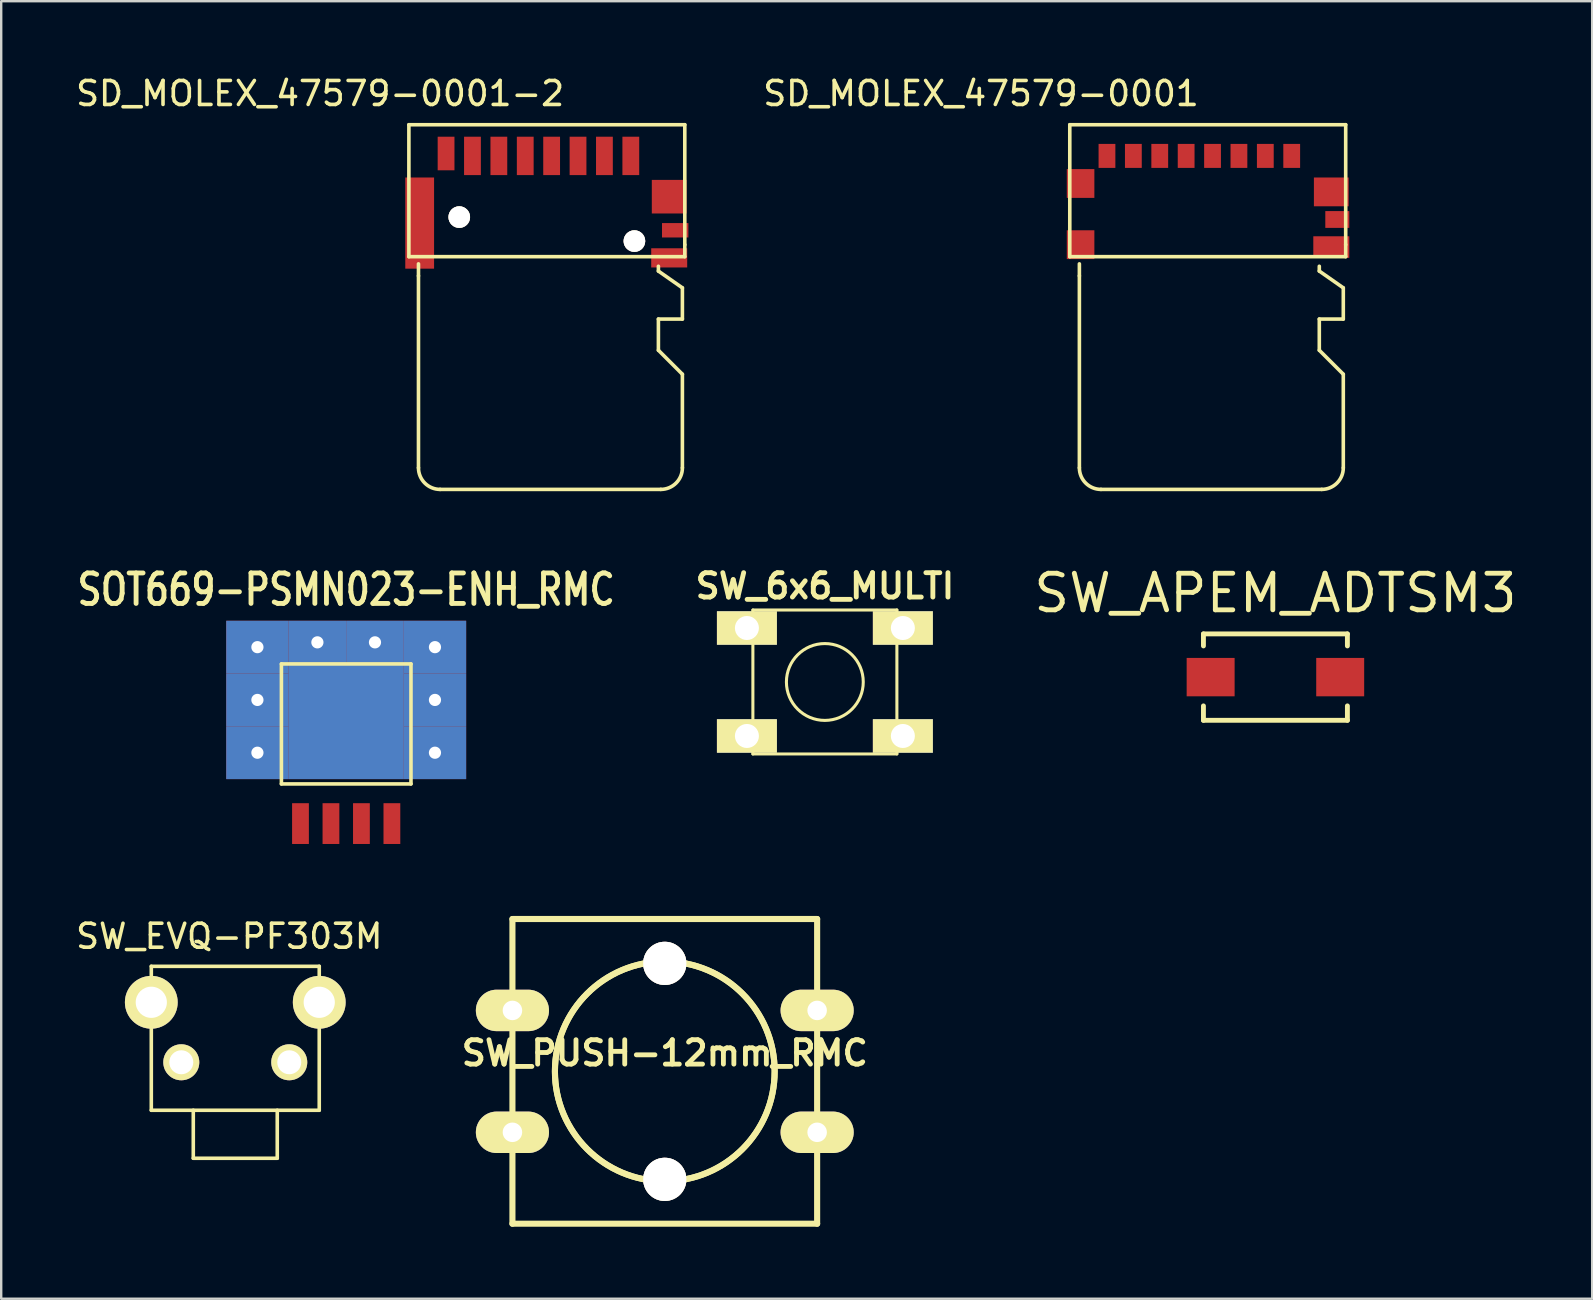
<source format=kicad_pcb>
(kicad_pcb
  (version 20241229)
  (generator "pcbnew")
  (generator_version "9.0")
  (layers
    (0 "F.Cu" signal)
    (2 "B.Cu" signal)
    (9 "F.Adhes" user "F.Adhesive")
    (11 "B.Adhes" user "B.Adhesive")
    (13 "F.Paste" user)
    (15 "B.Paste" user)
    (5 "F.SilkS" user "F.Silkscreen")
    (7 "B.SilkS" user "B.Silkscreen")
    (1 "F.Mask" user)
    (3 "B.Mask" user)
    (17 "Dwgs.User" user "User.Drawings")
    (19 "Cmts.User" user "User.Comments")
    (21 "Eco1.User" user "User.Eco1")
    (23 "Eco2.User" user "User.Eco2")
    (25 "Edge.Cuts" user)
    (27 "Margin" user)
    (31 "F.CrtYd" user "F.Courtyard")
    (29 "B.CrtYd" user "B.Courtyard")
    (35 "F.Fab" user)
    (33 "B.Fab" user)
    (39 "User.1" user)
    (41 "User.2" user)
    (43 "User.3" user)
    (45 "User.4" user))
  (footprint "SW_EVQ-PF303M"
    (layer "F.Cu")
    (at 6.756 41.225)
    (property "Reference" "SW_EVQ-PF303M" (at -0.25 -5.25 0) (layer "F.SilkS") (effects (font (size 1 1) (thickness 0.15))))
    (attr through_hole)
    (fp_line (start -3.5 -4) (end 3.5 -4) (stroke (width 0.15) (type solid)) (layer "F.SilkS"))
    (fp_line (start -3.5 2) (end -3.5 -4) (stroke (width 0.15) (type solid)) (layer "F.SilkS"))
    (fp_line (start -1.75 2) (end -1.75 4) (stroke (width 0.15) (type solid)) (layer "F.SilkS"))
    (fp_line (start -1.75 4) (end 1.75 4) (stroke (width 0.15) (type solid)) (layer "F.SilkS"))
    (fp_line (start 1.75 4) (end 1.75 2) (stroke (width 0.15) (type solid)) (layer "F.SilkS"))
    (fp_line (start 3.5 -4) (end 3.5 2) (stroke (width 0.15) (type solid)) (layer "F.SilkS"))
    (fp_line (start 3.5 2) (end -3.5 2) (stroke (width 0.15) (type solid)) (layer "F.SilkS"))
    (pad "" thru_hole circle (at -3.5 -2.5) (size 2.2 2.2) (drill 1.3) (layers "*.Cu" "*.Mask" "F.SilkS"))
    (pad "" thru_hole circle (at 3.5 -2.5) (size 2.2 2.2) (drill 1.3) (layers "*.Cu" "*.Mask" "F.SilkS"))
    (pad "1" thru_hole circle (at -2.25 0) (size 1.5 1.5) (drill 1) (layers "*.Cu" "*.Mask" "F.SilkS"))
    (pad "2" thru_hole circle (at 2.25 0) (size 1.5 1.5) (drill 1) (layers "*.Cu" "*.Mask" "F.SilkS")))
  (footprint "SOT669-PSMN023-ENH_RMC"
    (layer "F.Cu")
    (at 11.379 31.023)
    (property "Reference" "SOT669-PSMN023-ENH_RMC" (at 0 -9.5 0) (layer "F.SilkS") (effects (font (size 1.27 1.016) (thickness 0.203))))
    (attr smd)
    (fp_line (start -2.7 -6.4) (end -2.7 -1.4) (stroke (width 0.15) (type solid)) (layer "F.SilkS"))
    (fp_line (start -2.7 -1.4) (end 2.7 -1.4) (stroke (width 0.15) (type solid)) (layer "F.SilkS"))
    (fp_line (start 2.7 -6.4) (end -2.7 -6.4) (stroke (width 0.15) (type solid)) (layer "F.SilkS"))
    (fp_line (start 2.7 -1.4) (end 2.7 -6.4) (stroke (width 0.15) (type solid)) (layer "F.SilkS"))
    (pad "1" smd rect (at -1.905 0.254) (size 0.7 1.7) (layers "F.Cu" "F.Mask" "F.Paste"))
    (pad "1" smd rect (at -0.635 0.254) (size 0.7 1.7) (layers "F.Cu" "F.Mask" "F.Paste"))
    (pad "1" smd rect (at 0.635 0.254) (size 0.7 1.7) (layers "F.Cu" "F.Mask" "F.Paste"))
    (pad "4" smd rect (at 1.905 0.254) (size 0.7 1.7) (layers "F.Cu" "F.Mask" "F.Paste"))
    (pad "5" thru_hole rect (at -3.7 -7.1) (size 2.6 2.2) (drill 0.508) (layers "*.Cu"))
    (pad "5" thru_hole rect (at -3.7 -4.9) (size 2.6 2.2) (drill 0.508) (layers "*.Cu"))
    (pad "5" thru_hole rect (at -3.7 -2.7) (size 2.6 2.2) (drill 0.508) (layers "*.Cu"))
    (pad "5" smd rect (at -1.65 -5.45) (size 0.6 0.9) (layers "F.Cu" "F.Mask" "F.Paste"))
    (pad "5" thru_hole rect (at -1.2 -7.3) (size 2.4 1.8) (drill 0.508) (layers "*.Cu"))
    (pad "5" smd rect (at -1.15 -3.85) (size 0.9 0.6) (layers "F.Cu" "F.Mask" "F.Paste"))
    (pad "5" smd rect (at -1.15 -3) (size 0.9 0.6) (layers "F.Cu" "F.Mask" "F.Paste"))
    (pad "5" smd rect (at -1.15 -2.15) (size 0.9 0.6) (layers "F.Cu" "F.Mask" "F.Paste"))
    (pad "5" smd rect (at -0.55 -5.45) (size 0.6 0.9) (layers "F.Cu" "F.Mask" "F.Paste"))
    (pad "5" smd rect (at 0 -4) (size 4.8 4.8) (layers "F.Cu" "F.Mask"))
    (pad "5" smd rect (at 0 -4) (size 4.8 4.8) (layers "B.Cu"))
    (pad "5" smd rect (at 0 -3.85) (size 0.9 0.6) (layers "F.Cu" "F.Mask" "F.Paste"))
    (pad "5" smd rect (at 0 -3) (size 0.9 0.6) (layers "F.Cu" "F.Mask" "F.Paste"))
    (pad "5" smd rect (at 0 -2.15) (size 0.9 0.6) (layers "F.Cu" "F.Mask" "F.Paste"))
    (pad "5" smd rect (at 0.55 -5.45) (size 0.6 0.9) (layers "F.Cu" "F.Mask" "F.Paste"))
    (pad "5" smd rect (at 1.15 -3.85) (size 0.9 0.6) (layers "F.Cu" "F.Mask" "F.Paste"))
    (pad "5" smd rect (at 1.15 -3) (size 0.9 0.6) (layers "F.Cu" "F.Mask" "F.Paste"))
    (pad "5" smd rect (at 1.15 -2.15) (size 0.9 0.6) (layers "F.Cu" "F.Mask" "F.Paste"))
    (pad "5" thru_hole rect (at 1.2 -7.3) (size 2.4 1.8) (drill 0.508) (layers "*.Cu"))
    (pad "5" smd rect (at 1.65 -5.45) (size 0.6 0.9) (layers "F.Cu" "F.Mask" "F.Paste"))
    (pad "5" thru_hole rect (at 3.7 -7.1) (size 2.6 2.2) (drill 0.508) (layers "*.Cu"))
    (pad "5" thru_hole rect (at 3.7 -4.9) (size 2.6 2.2) (drill 0.508) (layers "*.Cu"))
    (pad "5" thru_hole rect (at 3.7 -2.7) (size 2.6 2.2) (drill 0.508) (layers "*.Cu")))
  (footprint "SW_6x6_MULTI"
    (layer "F.Cu")
    (at 31.332 25.375)
    (property "Reference" "SW_6x6_MULTI" (at 0 -4 0) (layer "F.SilkS") (effects (font (size 1.016 1.016) (thickness 0.203))))
    (attr through_hole)
    (fp_line (start -3.002 -3) (end -3.002 3) (stroke (width 0.127) (type solid)) (layer "F.SilkS"))
    (fp_line (start -3 3) (end 3 3) (stroke (width 0.127) (type solid)) (layer "F.SilkS"))
    (fp_line (start 3 -3) (end -3 -3) (stroke (width 0.127) (type solid)) (layer "F.SilkS"))
    (fp_line (start 3 2.997) (end 3 -3.002) (stroke (width 0.127) (type solid)) (layer "F.SilkS"))
    (fp_circle (center -0.003 0) (end 0.998 1.25) (stroke (width 0.127) (type solid)) (fill no) (layer "F.SilkS"))
    (pad "1" thru_hole rect (at -3.251 -2.25) (size 2.499 1.397) (drill 1.001) (layers "*.Cu" "*.Mask" "F.SilkS"))
    (pad "1" thru_hole rect (at 3.249 -2.25) (size 2.499 1.397) (drill 1.001) (layers "*.Cu" "*.Mask" "F.SilkS"))
    (pad "2" thru_hole rect (at -3.251 2.25) (size 2.499 1.397) (drill 1.001) (layers "*.Cu" "*.Mask" "F.SilkS"))
    (pad "2" thru_hole rect (at 3.249 2.25) (size 2.499 1.397) (drill 1.001) (layers "*.Cu" "*.Mask" "F.SilkS")))
  (footprint "SD_MOLEX_47579-0001"
    (layer "F.Cu")
    (at 46.938 3.448)
    (property "Reference" "SD_MOLEX_47579-0001" (at -9.1 -2.6 0) (layer "F.SilkS") (effects (font (size 1 1) (thickness 0.15))))
    (attr through_hole)
    (fp_line (start -5.4 -1.3) (end 6.1 -1.3) (stroke (width 0.15) (type solid)) (layer "F.SilkS"))
    (fp_line (start -5.4 4.2) (end -5.4 -1.3) (stroke (width 0.15) (type solid)) (layer "F.SilkS"))
    (fp_line (start -5 5) (end -5 4.5) (stroke (width 0.15) (type solid)) (layer "F.SilkS"))
    (fp_line (start -5 5) (end -5 13) (stroke (width 0.15) (type solid)) (layer "F.SilkS"))
    (fp_line (start -4.1 13.9) (end 5.1 13.9) (stroke (width 0.15) (type solid)) (layer "F.SilkS"))
    (fp_line (start 5 4.8) (end 5 4.6) (stroke (width 0.15) (type solid)) (layer "F.SilkS"))
    (fp_line (start 5 6.8) (end 5 8.1) (stroke (width 0.15) (type solid)) (layer "F.SilkS"))
    (fp_line (start 5 8.1) (end 6 9.1) (stroke (width 0.15) (type solid)) (layer "F.SilkS"))
    (fp_line (start 6 5.5) (end 5 4.8) (stroke (width 0.15) (type solid)) (layer "F.SilkS"))
    (fp_line (start 6 6.8) (end 5 6.8) (stroke (width 0.15) (type solid)) (layer "F.SilkS"))
    (fp_line (start 6 6.8) (end 6 5.5) (stroke (width 0.15) (type solid)) (layer "F.SilkS"))
    (fp_line (start 6 9.1) (end 6 13) (stroke (width 0.15) (type solid)) (layer "F.SilkS"))
    (fp_line (start 6.1 -1.3) (end 6.1 3.7) (stroke (width 0.15) (type solid)) (layer "F.SilkS"))
    (fp_line (start 6.1 3.7) (end 6.1 4.2) (stroke (width 0.15) (type solid)) (layer "F.SilkS"))
    (fp_line (start 6.1 4.2) (end -5.4 4.2) (stroke (width 0.15) (type solid)) (layer "F.SilkS"))
    (fp_arc (start -4.1 13.9) (mid -4.736396 13.636396) (end -5 13) (stroke (width 0.15) (type solid)) (layer "F.SilkS"))
    (fp_arc (start 6 13) (mid 5.736396 13.636396) (end 5.1 13.9) (stroke (width 0.15) (type solid)) (layer "F.SilkS"))
    (pad "1" smd rect (at 3.85 0) (size 0.7 1) (layers "F.Cu" "F.Mask" "F.Paste"))
    (pad "2" smd rect (at 2.75 0) (size 0.7 1) (layers "F.Cu" "F.Mask" "F.Paste"))
    (pad "3" smd rect (at 1.65 0) (size 0.7 1) (layers "F.Cu" "F.Mask" "F.Paste"))
    (pad "4" smd rect (at 0.55 0) (size 0.7 1) (layers "F.Cu" "F.Mask" "F.Paste"))
    (pad "5" smd rect (at -0.55 0) (size 0.7 1) (layers "F.Cu" "F.Mask" "F.Paste"))
    (pad "6" smd rect (at -1.65 0) (size 0.7 1) (layers "F.Cu" "F.Mask" "F.Paste"))
    (pad "7" smd rect (at -2.75 0) (size 0.7 1) (layers "F.Cu" "F.Mask" "F.Paste"))
    (pad "8" smd rect (at -3.85 0) (size 0.7 1) (layers "F.Cu" "F.Mask" "F.Paste"))
    (pad "9" smd rect (at -4.95 1.15) (size 1.15 1.2) (layers "F.Cu" "F.Mask" "F.Paste"))
    (pad "10" smd rect (at -4.95 3.7) (size 1.15 1.2) (layers "F.Cu" "F.Mask" "F.Paste"))
    (pad "11" smd rect (at 5.5 1.5) (size 1.45 1.2) (layers "F.Cu" "F.Mask" "F.Paste"))
    (pad "12" smd rect (at 5.75 2.65) (size 1 0.7) (layers "F.Cu" "F.Mask" "F.Paste"))
    (pad "13" smd rect (at 5.5 3.8) (size 1.5 0.9) (layers "F.Cu" "F.Mask" "F.Paste")))
  (footprint "SD_MOLEX_47579-0001-2"
    (layer "F.Cu")
    (at 19.392 3.448)
    (property "Reference" "SD_MOLEX_47579-0001-2" (at -9.1 -2.6 0) (layer "F.SilkS") (effects (font (size 1 1) (thickness 0.15))))
    (attr through_hole)
    (fp_line (start -5.4 -1.3) (end 6.1 -1.3) (stroke (width 0.15) (type solid)) (layer "F.SilkS"))
    (fp_line (start -5.4 4.2) (end -5.4 -1.3) (stroke (width 0.15) (type solid)) (layer "F.SilkS"))
    (fp_line (start -5 5) (end -5 4.5) (stroke (width 0.15) (type solid)) (layer "F.SilkS"))
    (fp_line (start -5 5) (end -5 13) (stroke (width 0.15) (type solid)) (layer "F.SilkS"))
    (fp_line (start -4.1 13.9) (end 5.1 13.9) (stroke (width 0.15) (type solid)) (layer "F.SilkS"))
    (fp_line (start 5 4.8) (end 5 4.6) (stroke (width 0.15) (type solid)) (layer "F.SilkS"))
    (fp_line (start 5 6.8) (end 5 8.1) (stroke (width 0.15) (type solid)) (layer "F.SilkS"))
    (fp_line (start 5 8.1) (end 6 9.1) (stroke (width 0.15) (type solid)) (layer "F.SilkS"))
    (fp_line (start 6 5.5) (end 5 4.8) (stroke (width 0.15) (type solid)) (layer "F.SilkS"))
    (fp_line (start 6 6.8) (end 5 6.8) (stroke (width 0.15) (type solid)) (layer "F.SilkS"))
    (fp_line (start 6 6.8) (end 6 5.5) (stroke (width 0.15) (type solid)) (layer "F.SilkS"))
    (fp_line (start 6 9.1) (end 6 13) (stroke (width 0.15) (type solid)) (layer "F.SilkS"))
    (fp_line (start 6.1 -1.3) (end 6.1 3.7) (stroke (width 0.15) (type solid)) (layer "F.SilkS"))
    (fp_line (start 6.1 3.7) (end 6.1 4.2) (stroke (width 0.15) (type solid)) (layer "F.SilkS"))
    (fp_line (start 6.1 4.2) (end -5.4 4.2) (stroke (width 0.15) (type solid)) (layer "F.SilkS"))
    (fp_arc (start -4.1 13.9) (mid -4.736396 13.636396) (end -5 13) (stroke (width 0.15) (type solid)) (layer "F.SilkS"))
    (fp_arc (start 6 13) (mid 5.736396 13.636396) (end 5.1 13.9) (stroke (width 0.15) (type solid)) (layer "F.SilkS"))
    (pad "" thru_hole circle (at -3.3 2.55) (size 0.9 0.9) (drill 0.9) (layers "*.Cu" "*.Mask" "F.SilkS"))
    (pad "" thru_hole circle (at 4 3.55) (size 0.9 0.9) (drill 0.9) (layers "*.Cu" "*.Mask" "F.SilkS"))
    (pad "1" smd rect (at 3.85 0) (size 0.7 1.6) (layers "F.Cu" "F.Mask" "F.Paste"))
    (pad "2" smd rect (at 2.75 0) (size 0.7 1.6) (layers "F.Cu" "F.Mask" "F.Paste"))
    (pad "3" smd rect (at 1.65 0) (size 0.7 1.6) (layers "F.Cu" "F.Mask" "F.Paste"))
    (pad "4" smd rect (at 0.55 0) (size 0.7 1.6) (layers "F.Cu" "F.Mask" "F.Paste"))
    (pad "5" smd rect (at -0.55 0) (size 0.7 1.6) (layers "F.Cu" "F.Mask" "F.Paste"))
    (pad "6" smd rect (at -1.65 0) (size 0.7 1.6) (layers "F.Cu" "F.Mask" "F.Paste"))
    (pad "7" smd rect (at -2.75 0) (size 0.7 1.6) (layers "F.Cu" "F.Mask" "F.Paste"))
    (pad "8" smd rect (at -3.85 -0.1) (size 0.7 1.4) (layers "F.Cu" "F.Mask" "F.Paste"))
    (pad "9" smd rect (at -4.95 2.8) (size 1.2 3.8) (layers "F.Cu" "F.Mask" "F.Paste"))
    (pad "9" smd rect (at 5.45 1.7) (size 1.45 1.4) (layers "F.Cu" "F.Mask" "F.Paste"))
    (pad "10" smd rect (at 5.7 3.1) (size 1.1 0.6) (layers "F.Cu" "F.Mask" "F.Paste"))
    (pad "11" smd rect (at 5.45 4.25) (size 1.5 0.8) (layers "F.Cu" "F.Mask" "F.Paste")))
  (footprint "SW_PUSH-12mm_RMC"
    (layer "F.Cu")
    (at 24.658 41.604)
    (property "Reference" "SW_PUSH-12mm_RMC" (at 0 -0.762 0) (layer "F.SilkS") (effects (font (size 1.016 1.016) (thickness 0.203))))
    (attr through_hole)
    (fp_line (start -6.35 -6.35) (end 6.35 -6.35) (stroke (width 0.254) (type solid)) (layer "F.SilkS"))
    (fp_line (start -6.35 6.35) (end -6.35 -6.35) (stroke (width 0.254) (type solid)) (layer "F.SilkS"))
    (fp_line (start 6.35 -6.35) (end 6.35 6.35) (stroke (width 0.254) (type solid)) (layer "F.SilkS"))
    (fp_line (start 6.35 6.35) (end -6.35 6.35) (stroke (width 0.254) (type solid)) (layer "F.SilkS"))
    (fp_circle (center 0 0) (end 3.81 2.54) (stroke (width 0.254) (type solid)) (fill no) (layer "F.SilkS"))
    (fp_circle (center 0 0) (end 3.81 2.54) (stroke (width 0.254) (type solid)) (fill no) (layer "F.SilkS"))
    (pad "" thru_hole circle (at 0 -4.501) (size 1.801 1.801) (drill 1.801) (layers "*.Cu" "*.Mask" "F.SilkS"))
    (pad "" thru_hole circle (at 0 4.501) (size 1.801 1.801) (drill 1.801) (layers "*.Cu" "*.Mask" "F.SilkS"))
    (pad "1" thru_hole oval (at -6.35 -2.54) (size 3.048 1.727) (drill 0.813) (layers "*.Cu" "*.Mask" "F.SilkS"))
    (pad "1" thru_hole oval (at 6.35 -2.54) (size 3.048 1.727) (drill 0.813) (layers "*.Cu" "*.Mask" "F.SilkS"))
    (pad "2" thru_hole oval (at -6.35 2.54) (size 3.048 1.727) (drill 0.813) (layers "*.Cu" "*.Mask" "F.SilkS"))
    (pad "2" thru_hole oval (at 6.35 2.54) (size 3.048 1.727) (drill 0.813) (layers "*.Cu" "*.Mask" "F.SilkS")))
  (footprint "SW_APEM_ADTSM3"
    (layer "F.Cu")
    (at 50.109 25.172)
    (property "Reference" "SW_APEM_ADTSM3" (at 0 -3.5 0) (layer "F.SilkS") (effects (font (size 1.524 1.524) (thickness 0.203))))
    (attr through_hole)
    (fp_line (start -3 -1.801) (end -3 -1.3) (stroke (width 0.203) (type solid)) (layer "F.SilkS"))
    (fp_line (start -3 -1.801) (end 3 -1.801) (stroke (width 0.203) (type solid)) (layer "F.SilkS"))
    (fp_line (start -3 1.199) (end -3 1.801) (stroke (width 0.203) (type solid)) (layer "F.SilkS"))
    (fp_line (start -3 1.801) (end 3 1.801) (stroke (width 0.203) (type solid)) (layer "F.SilkS"))
    (fp_line (start 3 -1.801) (end 3 -1.3) (stroke (width 0.203) (type solid)) (layer "F.SilkS"))
    (fp_line (start 3 1.801) (end 3 1.199) (stroke (width 0.203) (type solid)) (layer "F.SilkS"))
    (pad "1" smd rect (at -2.7 0) (size 1.999 1.6) (layers "F.Cu" "F.Mask" "F.Paste"))
    (pad "2" smd rect (at 2.7 0) (size 1.999 1.6) (layers "F.Cu" "F.Mask" "F.Paste")))
  (gr_rect
    (start -3 -3)
    (end 63.312 51.081)
    (stroke (width 0.1) (type default))
    (fill no)
    (layer "Edge.Cuts")))
</source>
